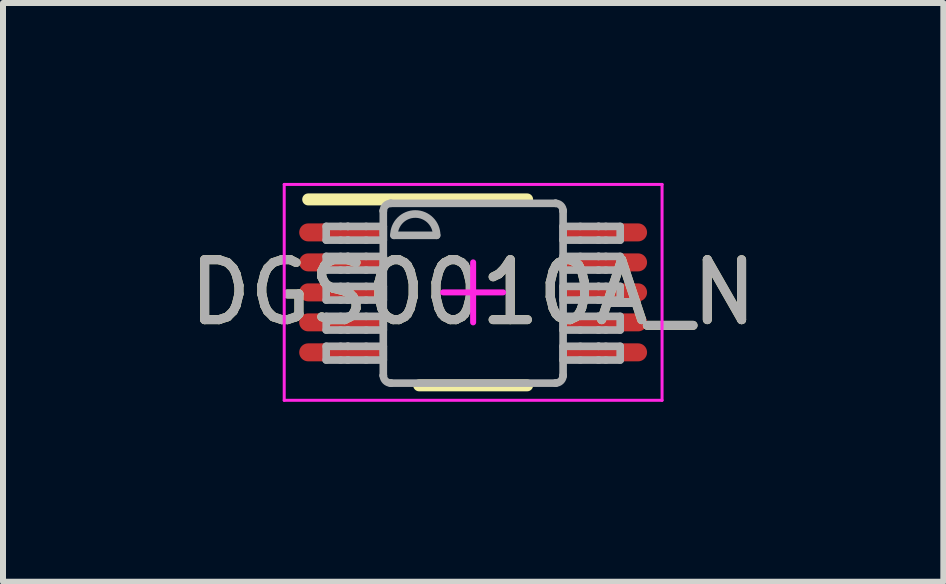
<source format=kicad_pcb>
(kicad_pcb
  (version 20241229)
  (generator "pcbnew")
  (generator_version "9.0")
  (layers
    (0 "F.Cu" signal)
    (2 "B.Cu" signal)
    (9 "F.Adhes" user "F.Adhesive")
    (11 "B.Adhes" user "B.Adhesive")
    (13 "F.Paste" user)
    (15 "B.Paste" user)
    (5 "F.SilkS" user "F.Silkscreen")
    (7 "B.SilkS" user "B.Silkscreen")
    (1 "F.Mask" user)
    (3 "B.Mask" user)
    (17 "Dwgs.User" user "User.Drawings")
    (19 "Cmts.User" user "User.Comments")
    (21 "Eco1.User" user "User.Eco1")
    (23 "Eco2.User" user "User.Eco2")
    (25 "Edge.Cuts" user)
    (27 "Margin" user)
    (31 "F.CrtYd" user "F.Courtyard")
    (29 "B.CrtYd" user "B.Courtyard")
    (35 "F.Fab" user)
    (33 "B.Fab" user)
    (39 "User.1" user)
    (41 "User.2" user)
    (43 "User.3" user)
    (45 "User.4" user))
  (footprint "DGS0010A_N"
    (layer "F.Cu")
    (at 4.839 1.825)
    (property "Reference" "DGS0010A_N" (at 0 0 0) (unlocked yes) (layer "F.SilkS") (effects (font (size 1 1) (thickness 0.15))))
    (attr smd)
    (fp_line (start -2.75 -1.55) (end 0.9 -1.55) (stroke (width 0.2) (type solid)) (layer "F.SilkS"))
    (fp_line (start -0.9 1.55) (end 0.9 1.55) (stroke (width 0.2) (type solid)) (layer "F.SilkS"))
    (fp_line (start -3.15 -1.8) (end 3.15 -1.8) (stroke (width 0.05) (type solid)) (layer "F.CrtYd"))
    (fp_line (start -3.15 1.8) (end -3.15 -1.8) (stroke (width 0.05) (type solid)) (layer "F.CrtYd"))
    (fp_line (start -3.15 1.8) (end 3.15 1.8) (stroke (width 0.05) (type solid)) (layer "F.CrtYd"))
    (fp_line (start -0.5 0) (end 0.5 0) (stroke (width 0.1) (type solid)) (layer "F.CrtYd"))
    (fp_line (start -0.000003 0.5) (end -0.000003 -0.5) (stroke (width 0.1) (type solid)) (layer "F.CrtYd"))
    (fp_line (start 3.15 1.8) (end 3.15 -1.8) (stroke (width 0.05) (type solid)) (layer "F.CrtYd"))
    (fp_line (start -2.45 -1.1) (end -2.21 -1.1) (stroke (width 0.127) (type solid)) (layer "F.Fab"))
    (fp_line (start -2.45 -0.871) (end -2.45 -1.1) (stroke (width 0.127) (type solid)) (layer "F.Fab"))
    (fp_line (start -2.45 -0.871) (end -2.21 -0.871) (stroke (width 0.127) (type solid)) (layer "F.Fab"))
    (fp_line (start -2.45 -0.6) (end -2.21 -0.6) (stroke (width 0.127) (type solid)) (layer "F.Fab"))
    (fp_line (start -2.45 -0.372) (end -2.45 -0.6) (stroke (width 0.127) (type solid)) (layer "F.Fab"))
    (fp_line (start -2.45 -0.372) (end -2.21 -0.372) (stroke (width 0.127) (type solid)) (layer "F.Fab"))
    (fp_line (start -2.45 -0.1) (end -2.21 -0.1) (stroke (width 0.127) (type solid)) (layer "F.Fab"))
    (fp_line (start -2.45 0.128) (end -2.45 -0.1) (stroke (width 0.127) (type solid)) (layer "F.Fab"))
    (fp_line (start -2.45 0.128) (end -2.21 0.128) (stroke (width 0.127) (type solid)) (layer "F.Fab"))
    (fp_line (start -2.45 0.4) (end -2.21 0.4) (stroke (width 0.127) (type solid)) (layer "F.Fab"))
    (fp_line (start -2.45 0.628) (end -2.45 0.4) (stroke (width 0.127) (type solid)) (layer "F.Fab"))
    (fp_line (start -2.45 0.628) (end -2.21 0.628) (stroke (width 0.127) (type solid)) (layer "F.Fab"))
    (fp_line (start -2.45 0.899) (end -2.21 0.899) (stroke (width 0.127) (type solid)) (layer "F.Fab"))
    (fp_line (start -2.45 1.128) (end -2.45 0.899) (stroke (width 0.127) (type solid)) (layer "F.Fab"))
    (fp_line (start -2.45 1.128) (end -2.21 1.128) (stroke (width 0.127) (type solid)) (layer "F.Fab"))
    (fp_line (start -2.21 -1.1) (end -2.09 -1.1) (stroke (width 0.127) (type solid)) (layer "F.Fab"))
    (fp_line (start -2.21 -0.871) (end -2.09 -0.871) (stroke (width 0.127) (type solid)) (layer "F.Fab"))
    (fp_line (start -2.21 -0.6) (end -2.09 -0.6) (stroke (width 0.127) (type solid)) (layer "F.Fab"))
    (fp_line (start -2.21 -0.372) (end -2.09 -0.372) (stroke (width 0.127) (type solid)) (layer "F.Fab"))
    (fp_line (start -2.21 -0.1) (end -2.09 -0.1) (stroke (width 0.127) (type solid)) (layer "F.Fab"))
    (fp_line (start -2.21 0.128) (end -2.09 0.128) (stroke (width 0.127) (type solid)) (layer "F.Fab"))
    (fp_line (start -2.21 0.4) (end -2.09 0.4) (stroke (width 0.127) (type solid)) (layer "F.Fab"))
    (fp_line (start -2.21 0.628) (end -2.09 0.628) (stroke (width 0.127) (type solid)) (layer "F.Fab"))
    (fp_line (start -2.21 0.899) (end -2.09 0.899) (stroke (width 0.127) (type solid)) (layer "F.Fab"))
    (fp_line (start -2.21 1.128) (end -2.09 1.128) (stroke (width 0.127) (type solid)) (layer "F.Fab"))
    (fp_line (start -2.09 -1.1) (end -2.087 -1.1) (stroke (width 0.127) (type solid)) (layer "F.Fab"))
    (fp_line (start -2.09 -0.871) (end -2.087 -0.871) (stroke (width 0.127) (type solid)) (layer "F.Fab"))
    (fp_line (start -2.09 -0.6) (end -2.087 -0.6) (stroke (width 0.127) (type solid)) (layer "F.Fab"))
    (fp_line (start -2.09 -0.372) (end -2.087 -0.372) (stroke (width 0.127) (type solid)) (layer "F.Fab"))
    (fp_line (start -2.09 -0.1) (end -2.087 -0.1) (stroke (width 0.127) (type solid)) (layer "F.Fab"))
    (fp_line (start -2.09 0.128) (end -2.087 0.128) (stroke (width 0.127) (type solid)) (layer "F.Fab"))
    (fp_line (start -2.09 0.4) (end -2.087 0.4) (stroke (width 0.127) (type solid)) (layer "F.Fab"))
    (fp_line (start -2.09 0.628) (end -2.087 0.628) (stroke (width 0.127) (type solid)) (layer "F.Fab"))
    (fp_line (start -2.09 0.899) (end -2.087 0.899) (stroke (width 0.127) (type solid)) (layer "F.Fab"))
    (fp_line (start -2.09 1.128) (end -2.087 1.128) (stroke (width 0.127) (type solid)) (layer "F.Fab"))
    (fp_line (start -2.087 -1.1) (end -1.784 -1.1) (stroke (width 0.127) (type solid)) (layer "F.Fab"))
    (fp_line (start -2.087 -0.871) (end -1.784 -0.871) (stroke (width 0.127) (type solid)) (layer "F.Fab"))
    (fp_line (start -2.087 -0.6) (end -1.784 -0.6) (stroke (width 0.127) (type solid)) (layer "F.Fab"))
    (fp_line (start -2.087 -0.372) (end -1.784 -0.372) (stroke (width 0.127) (type solid)) (layer "F.Fab"))
    (fp_line (start -2.087 -0.1) (end -1.784 -0.1) (stroke (width 0.127) (type solid)) (layer "F.Fab"))
    (fp_line (start -2.087 0.128) (end -1.784 0.128) (stroke (width 0.127) (type solid)) (layer "F.Fab"))
    (fp_line (start -2.087 0.4) (end -1.784 0.4) (stroke (width 0.127) (type solid)) (layer "F.Fab"))
    (fp_line (start -2.087 0.628) (end -1.784 0.628) (stroke (width 0.127) (type solid)) (layer "F.Fab"))
    (fp_line (start -2.087 0.899) (end -1.784 0.899) (stroke (width 0.127) (type solid)) (layer "F.Fab"))
    (fp_line (start -2.087 1.128) (end -1.784 1.128) (stroke (width 0.127) (type solid)) (layer "F.Fab"))
    (fp_line (start -1.784 -1.1) (end -1.498 -1.1) (stroke (width 0.127) (type solid)) (layer "F.Fab"))
    (fp_line (start -1.784 -0.871) (end -1.498 -0.871) (stroke (width 0.127) (type solid)) (layer "F.Fab"))
    (fp_line (start -1.784 -0.6) (end -1.498 -0.6) (stroke (width 0.127) (type solid)) (layer "F.Fab"))
    (fp_line (start -1.784 -0.372) (end -1.498 -0.372) (stroke (width 0.127) (type solid)) (layer "F.Fab"))
    (fp_line (start -1.784 -0.1) (end -1.498 -0.1) (stroke (width 0.127) (type solid)) (layer "F.Fab"))
    (fp_line (start -1.784 0.128) (end -1.498 0.128) (stroke (width 0.127) (type solid)) (layer "F.Fab"))
    (fp_line (start -1.784 0.4) (end -1.498 0.4) (stroke (width 0.127) (type solid)) (layer "F.Fab"))
    (fp_line (start -1.784 0.628) (end -1.498 0.628) (stroke (width 0.127) (type solid)) (layer "F.Fab"))
    (fp_line (start -1.784 0.899) (end -1.498 0.899) (stroke (width 0.127) (type solid)) (layer "F.Fab"))
    (fp_line (start -1.784 1.128) (end -1.498 1.128) (stroke (width 0.127) (type solid)) (layer "F.Fab"))
    (fp_line (start -1.498 -1.358) (end -1.497 -1.36) (stroke (width 0.127) (type solid)) (layer "F.Fab"))
    (fp_line (start -1.498 -0.871) (end -1.498 -1.1) (stroke (width 0.127) (type solid)) (layer "F.Fab"))
    (fp_line (start -1.498 -0.372) (end -1.498 -0.6) (stroke (width 0.127) (type solid)) (layer "F.Fab"))
    (fp_line (start -1.498 0.128) (end -1.498 -0.1) (stroke (width 0.127) (type solid)) (layer "F.Fab"))
    (fp_line (start -1.498 0.628) (end -1.498 0.4) (stroke (width 0.127) (type solid)) (layer "F.Fab"))
    (fp_line (start -1.498 1.128) (end -1.498 0.899) (stroke (width 0.127) (type solid)) (layer "F.Fab"))
    (fp_line (start -1.498 1.386) (end -1.498 -1.358) (stroke (width 0.127) (type solid)) (layer "F.Fab"))
    (fp_line (start -1.498 1.386) (end -1.497 1.388) (stroke (width 0.127) (type solid)) (layer "F.Fab"))
    (fp_line (start -1.373 -1.485) (end -1.371 -1.485) (stroke (width 0.127) (type solid)) (layer "F.Fab"))
    (fp_line (start -1.373 1.513) (end -1.371 1.513) (stroke (width 0.127) (type solid)) (layer "F.Fab"))
    (fp_line (start -1.371 -1.485) (end 1.373 -1.485) (stroke (width 0.127) (type solid)) (layer "F.Fab"))
    (fp_line (start -1.371 1.513) (end 1.373 1.513) (stroke (width 0.127) (type solid)) (layer "F.Fab"))
    (fp_line (start -1.32 -0.951) (end -0.609 -0.951) (stroke (width 0.127) (type solid)) (layer "F.Fab"))
    (fp_line (start 1.373 -1.485) (end 1.375 -1.485) (stroke (width 0.127) (type solid)) (layer "F.Fab"))
    (fp_line (start 1.373 1.513) (end 1.375 1.513) (stroke (width 0.127) (type solid)) (layer "F.Fab"))
    (fp_line (start 1.5 -1.36) (end 1.5 -1.358) (stroke (width 0.127) (type solid)) (layer "F.Fab"))
    (fp_line (start 1.5 1.388) (end 1.5 1.386) (stroke (width 0.127) (type solid)) (layer "F.Fab"))
    (fp_line (start 1.5 -1.1) (end 1.786 -1.1) (stroke (width 0.127) (type solid)) (layer "F.Fab"))
    (fp_line (start 1.5 -0.871) (end 1.5 -1.1) (stroke (width 0.127) (type solid)) (layer "F.Fab"))
    (fp_line (start 1.5 -0.871) (end 1.786 -0.871) (stroke (width 0.127) (type solid)) (layer "F.Fab"))
    (fp_line (start 1.5 -0.6) (end 1.786 -0.6) (stroke (width 0.127) (type solid)) (layer "F.Fab"))
    (fp_line (start 1.5 -0.372) (end 1.5 -0.6) (stroke (width 0.127) (type solid)) (layer "F.Fab"))
    (fp_line (start 1.5 -0.372) (end 1.786 -0.372) (stroke (width 0.127) (type solid)) (layer "F.Fab"))
    (fp_line (start 1.5 -0.1) (end 1.786 -0.1) (stroke (width 0.127) (type solid)) (layer "F.Fab"))
    (fp_line (start 1.5 0.128) (end 1.5 -0.1) (stroke (width 0.127) (type solid)) (layer "F.Fab"))
    (fp_line (start 1.5 0.128) (end 1.786 0.128) (stroke (width 0.127) (type solid)) (layer "F.Fab"))
    (fp_line (start 1.5 0.4) (end 1.786 0.4) (stroke (width 0.127) (type solid)) (layer "F.Fab"))
    (fp_line (start 1.5 0.628) (end 1.5 0.4) (stroke (width 0.127) (type solid)) (layer "F.Fab"))
    (fp_line (start 1.5 0.628) (end 1.786 0.628) (stroke (width 0.127) (type solid)) (layer "F.Fab"))
    (fp_line (start 1.5 0.899) (end 1.786 0.899) (stroke (width 0.127) (type solid)) (layer "F.Fab"))
    (fp_line (start 1.5 1.128) (end 1.5 0.899) (stroke (width 0.127) (type solid)) (layer "F.Fab"))
    (fp_line (start 1.5 1.128) (end 1.786 1.128) (stroke (width 0.127) (type solid)) (layer "F.Fab"))
    (fp_line (start 1.5 1.386) (end 1.5 -1.358) (stroke (width 0.127) (type solid)) (layer "F.Fab"))
    (fp_line (start 1.786 -1.1) (end 2.089 -1.1) (stroke (width 0.127) (type solid)) (layer "F.Fab"))
    (fp_line (start 1.786 -0.871) (end 2.089 -0.871) (stroke (width 0.127) (type solid)) (layer "F.Fab"))
    (fp_line (start 1.786 -0.6) (end 2.089 -0.6) (stroke (width 0.127) (type solid)) (layer "F.Fab"))
    (fp_line (start 1.786 -0.372) (end 2.089 -0.372) (stroke (width 0.127) (type solid)) (layer "F.Fab"))
    (fp_line (start 1.786 -0.1) (end 2.089 -0.1) (stroke (width 0.127) (type solid)) (layer "F.Fab"))
    (fp_line (start 1.786 0.128) (end 2.089 0.128) (stroke (width 0.127) (type solid)) (layer "F.Fab"))
    (fp_line (start 1.786 0.4) (end 2.089 0.4) (stroke (width 0.127) (type solid)) (layer "F.Fab"))
    (fp_line (start 1.786 0.628) (end 2.089 0.628) (stroke (width 0.127) (type solid)) (layer "F.Fab"))
    (fp_line (start 1.786 0.899) (end 2.089 0.899) (stroke (width 0.127) (type solid)) (layer "F.Fab"))
    (fp_line (start 1.786 1.128) (end 2.089 1.128) (stroke (width 0.127) (type solid)) (layer "F.Fab"))
    (fp_line (start 2.089 -1.1) (end 2.093 -1.1) (stroke (width 0.127) (type solid)) (layer "F.Fab"))
    (fp_line (start 2.089 -0.871) (end 2.093 -0.871) (stroke (width 0.127) (type solid)) (layer "F.Fab"))
    (fp_line (start 2.089 -0.6) (end 2.093 -0.6) (stroke (width 0.127) (type solid)) (layer "F.Fab"))
    (fp_line (start 2.089 -0.372) (end 2.093 -0.372) (stroke (width 0.127) (type solid)) (layer "F.Fab"))
    (fp_line (start 2.089 -0.1) (end 2.093 -0.1) (stroke (width 0.127) (type solid)) (layer "F.Fab"))
    (fp_line (start 2.089 0.128) (end 2.093 0.128) (stroke (width 0.127) (type solid)) (layer "F.Fab"))
    (fp_line (start 2.089 0.4) (end 2.093 0.4) (stroke (width 0.127) (type solid)) (layer "F.Fab"))
    (fp_line (start 2.089 0.628) (end 2.093 0.628) (stroke (width 0.127) (type solid)) (layer "F.Fab"))
    (fp_line (start 2.089 0.899) (end 2.093 0.899) (stroke (width 0.127) (type solid)) (layer "F.Fab"))
    (fp_line (start 2.089 1.128) (end 2.093 1.128) (stroke (width 0.127) (type solid)) (layer "F.Fab"))
    (fp_line (start 2.093 -1.1) (end 2.213 -1.1) (stroke (width 0.127) (type solid)) (layer "F.Fab"))
    (fp_line (start 2.093 -0.871) (end 2.213 -0.871) (stroke (width 0.127) (type solid)) (layer "F.Fab"))
    (fp_line (start 2.093 -0.6) (end 2.213 -0.6) (stroke (width 0.127) (type solid)) (layer "F.Fab"))
    (fp_line (start 2.093 -0.372) (end 2.213 -0.372) (stroke (width 0.127) (type solid)) (layer "F.Fab"))
    (fp_line (start 2.093 -0.1) (end 2.213 -0.1) (stroke (width 0.127) (type solid)) (layer "F.Fab"))
    (fp_line (start 2.093 0.128) (end 2.213 0.128) (stroke (width 0.127) (type solid)) (layer "F.Fab"))
    (fp_line (start 2.093 0.4) (end 2.213 0.4) (stroke (width 0.127) (type solid)) (layer "F.Fab"))
    (fp_line (start 2.093 0.628) (end 2.213 0.628) (stroke (width 0.127) (type solid)) (layer "F.Fab"))
    (fp_line (start 2.093 0.899) (end 2.213 0.899) (stroke (width 0.127) (type solid)) (layer "F.Fab"))
    (fp_line (start 2.093 1.128) (end 2.213 1.128) (stroke (width 0.127) (type solid)) (layer "F.Fab"))
    (fp_line (start 2.213 -1.1) (end 2.452 -1.1) (stroke (width 0.127) (type solid)) (layer "F.Fab"))
    (fp_line (start 2.213 -0.871) (end 2.452 -0.871) (stroke (width 0.127) (type solid)) (layer "F.Fab"))
    (fp_line (start 2.213 -0.6) (end 2.452 -0.6) (stroke (width 0.127) (type solid)) (layer "F.Fab"))
    (fp_line (start 2.213 -0.372) (end 2.452 -0.372) (stroke (width 0.127) (type solid)) (layer "F.Fab"))
    (fp_line (start 2.213 -0.1) (end 2.452 -0.1) (stroke (width 0.127) (type solid)) (layer "F.Fab"))
    (fp_line (start 2.213 0.128) (end 2.452 0.128) (stroke (width 0.127) (type solid)) (layer "F.Fab"))
    (fp_line (start 2.213 0.4) (end 2.452 0.4) (stroke (width 0.127) (type solid)) (layer "F.Fab"))
    (fp_line (start 2.213 0.628) (end 2.452 0.628) (stroke (width 0.127) (type solid)) (layer "F.Fab"))
    (fp_line (start 2.213 0.899) (end 2.452 0.899) (stroke (width 0.127) (type solid)) (layer "F.Fab"))
    (fp_line (start 2.213 1.128) (end 2.452 1.128) (stroke (width 0.127) (type solid)) (layer "F.Fab"))
    (fp_line (start 2.452 -0.871) (end 2.452 -1.1) (stroke (width 0.127) (type solid)) (layer "F.Fab"))
    (fp_line (start 2.452 -0.372) (end 2.452 -0.6) (stroke (width 0.127) (type solid)) (layer "F.Fab"))
    (fp_line (start 2.452 0.128) (end 2.452 -0.1) (stroke (width 0.127) (type solid)) (layer "F.Fab"))
    (fp_line (start 2.452 0.628) (end 2.452 0.4) (stroke (width 0.127) (type solid)) (layer "F.Fab"))
    (fp_line (start 2.452 1.128) (end 2.452 0.899) (stroke (width 0.127) (type solid)) (layer "F.Fab"))
    (fp_arc (start -1.49745 -1.360299) (mid -1.460293 -1.447356) (end -1.373243 -1.484531) (stroke (width 0.127) (type solid)) (layer "F.Fab"))
    (fp_arc (start -1.373243 1.512619) (mid -1.460293 1.475444) (end -1.49745 1.388386) (stroke (width 0.127) (type solid)) (layer "F.Fab"))
    (fp_arc (start -1.3197 -0.951156) (mid -0.9641 -1.306756) (end -0.6085 -0.951156) (stroke (width 0.127) (type solid)) (layer "F.Fab"))
    (fp_arc (start 1.375443 -1.484532) (mid 1.462505 -1.447362) (end 1.499675 -1.360299) (stroke (width 0.127) (type solid)) (layer "F.Fab"))
    (fp_arc (start 1.499675 1.388387) (mid 1.462505 1.475449) (end 1.375443 1.512619) (stroke (width 0.127) (type solid)) (layer "F.Fab"))
    (fp_text user "${REFERENCE}" (at 0 0 0) (unlocked yes) (layer "F.Fab") (effects (font (size 1 1) (thickness 0.15))))
    (pad "1" smd oval (at -2.225 -1 90) (size 0.3 1.35) (layers "F.Cu" "F.Mask" "F.Paste"))
    (pad "2" smd oval (at -2.225 -0.5 90) (size 0.3 1.35) (layers "F.Cu" "F.Mask" "F.Paste"))
    (pad "3" smd oval (at -2.225 0 90) (size 0.3 1.35) (layers "F.Cu" "F.Mask" "F.Paste"))
    (pad "4" smd oval (at -2.225 0.5 90) (size 0.3 1.35) (layers "F.Cu" "F.Mask" "F.Paste"))
    (pad "5" smd oval (at -2.225 1 90) (size 0.3 1.35) (layers "F.Cu" "F.Mask" "F.Paste"))
    (pad "6" smd oval (at 2.225 1 90) (size 0.3 1.35) (layers "F.Cu" "F.Mask" "F.Paste"))
    (pad "7" smd oval (at 2.225 0.5 90) (size 0.3 1.35) (layers "F.Cu" "F.Mask" "F.Paste"))
    (pad "8" smd oval (at 2.225 0 90) (size 0.3 1.35) (layers "F.Cu" "F.Mask" "F.Paste"))
    (pad "9" smd oval (at 2.225 -0.5 90) (size 0.3 1.35) (layers "F.Cu" "F.Mask" "F.Paste"))
    (pad "10" smd oval (at 2.225 -1 90) (size 0.3 1.35) (layers "F.Cu" "F.Mask" "F.Paste")))
  (gr_rect
    (start -3 -3)
    (end 12.679 6.65)
    (stroke (width 0.1) (type default))
    (fill no)
    (layer "Edge.Cuts")))
</source>
